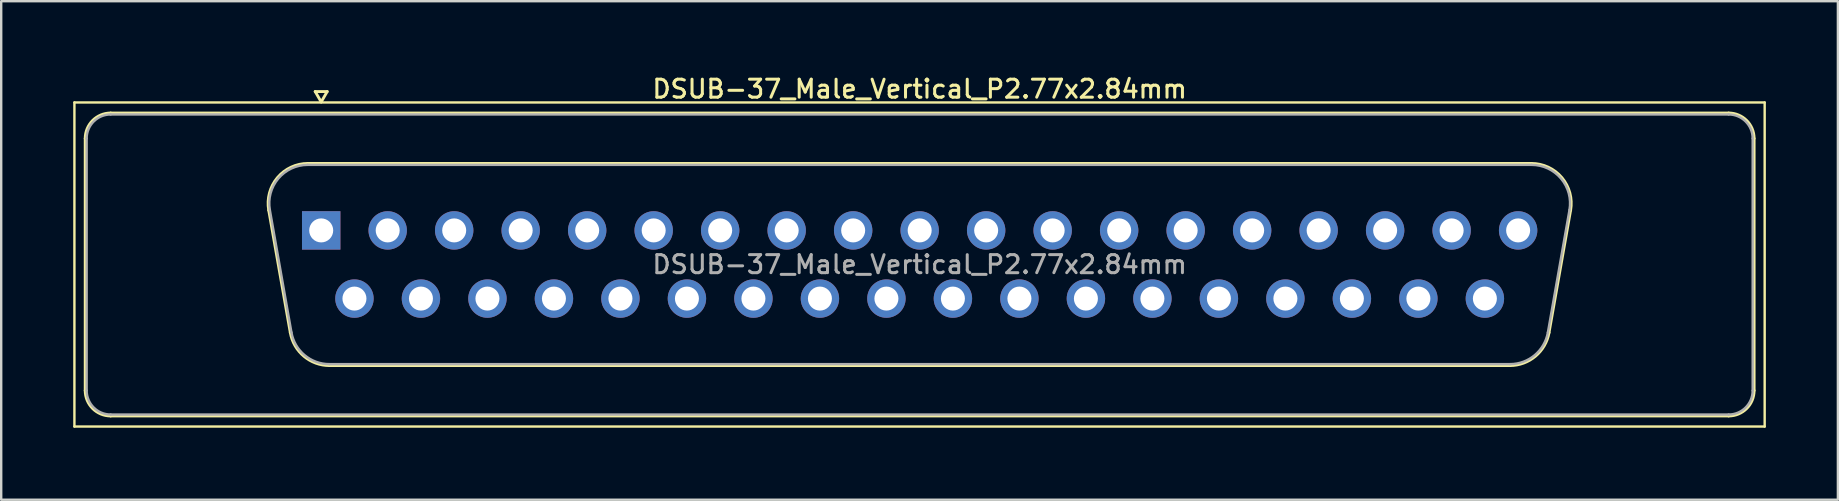
<source format=kicad_pcb>
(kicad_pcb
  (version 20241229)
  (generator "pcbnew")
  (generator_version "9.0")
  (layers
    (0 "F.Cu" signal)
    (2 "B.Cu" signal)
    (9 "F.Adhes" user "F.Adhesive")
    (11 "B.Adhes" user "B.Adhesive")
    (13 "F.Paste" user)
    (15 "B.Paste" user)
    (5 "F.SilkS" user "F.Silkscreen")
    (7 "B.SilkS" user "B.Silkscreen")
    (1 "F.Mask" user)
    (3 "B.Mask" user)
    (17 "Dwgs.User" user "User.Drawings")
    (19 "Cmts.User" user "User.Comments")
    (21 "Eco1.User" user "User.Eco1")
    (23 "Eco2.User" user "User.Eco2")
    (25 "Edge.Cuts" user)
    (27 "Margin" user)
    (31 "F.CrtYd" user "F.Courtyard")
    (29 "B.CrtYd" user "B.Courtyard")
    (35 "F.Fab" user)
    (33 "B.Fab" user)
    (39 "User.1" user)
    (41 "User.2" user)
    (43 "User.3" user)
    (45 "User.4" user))
  (footprint "DSUB-37_Male_Vertical_P2.77x2.84mm"
    (layer "F.Cu")
    (at 10.33 6.548)
    (property "Reference" "DSUB-37_Male_Vertical_P2.77x2.84mm" (at 24.93 -5.89 0) (layer "F.SilkS") (effects (font (size 0.75 0.75) (thickness 0.125))))
    (attr through_hole)
    (fp_line (start -10.28 -5.33) (end -10.28 8.17) (stroke (width 0.1) (type solid)) (layer "F.SilkS"))
    (fp_line (start -10.28 8.17) (end 60.13 8.17) (stroke (width 0.1) (type solid)) (layer "F.SilkS"))
    (fp_line (start -9.83 6.67) (end -9.83 -3.83) (stroke (width 0.12) (type solid)) (layer "F.SilkS"))
    (fp_line (start -8.77 -4.89) (end 58.63 -4.89) (stroke (width 0.12) (type solid)) (layer "F.SilkS"))
    (fp_line (start -2.186 -0.842) (end -1.287 4.258) (stroke (width 0.12) (type solid)) (layer "F.SilkS"))
    (fp_line (start -0.552 -2.79) (end 50.412 -2.79) (stroke (width 0.12) (type solid)) (layer "F.SilkS"))
    (fp_line (start -0.25 -5.784) (end 0.25 -5.784) (stroke (width 0.12) (type solid)) (layer "F.SilkS"))
    (fp_line (start 0 -5.351) (end -0.25 -5.784) (stroke (width 0.12) (type solid)) (layer "F.SilkS"))
    (fp_line (start 0.25 -5.784) (end 0 -5.351) (stroke (width 0.12) (type solid)) (layer "F.SilkS"))
    (fp_line (start 0.348 5.63) (end 49.512 5.63) (stroke (width 0.12) (type solid)) (layer "F.SilkS"))
    (fp_line (start 52.046 -0.842) (end 51.147 4.258) (stroke (width 0.12) (type solid)) (layer "F.SilkS"))
    (fp_line (start 58.63 7.73) (end -8.77 7.73) (stroke (width 0.12) (type solid)) (layer "F.SilkS"))
    (fp_line (start 59.69 -3.83) (end 59.69 6.67) (stroke (width 0.12) (type solid)) (layer "F.SilkS"))
    (fp_line (start 60.13 -5.33) (end -10.28 -5.33) (stroke (width 0.1) (type solid)) (layer "F.SilkS"))
    (fp_line (start 60.13 8.17) (end 60.13 -5.33) (stroke (width 0.1) (type solid)) (layer "F.SilkS"))
    (fp_arc (start -9.83 -3.83) (mid -9.519533 -4.579533) (end -8.77 -4.89) (stroke (width 0.12) (type solid)) (layer "F.SilkS"))
    (fp_arc (start -8.77 7.73) (mid -9.519533 7.419533) (end -9.83 6.67) (stroke (width 0.12) (type solid)) (layer "F.SilkS"))
    (fp_arc (start -2.18647 -0.841744) (mid -1.823323 -2.197027) (end -0.551689 -2.79) (stroke (width 0.12) (type solid)) (layer "F.SilkS"))
    (fp_arc (start 0.347579 5.63) (mid -0.719449 5.241634) (end -1.287202 4.258256) (stroke (width 0.12) (type solid)) (layer "F.SilkS"))
    (fp_arc (start 50.411689 -2.79) (mid 51.683323 -2.197027) (end 52.04647 -0.841744) (stroke (width 0.12) (type solid)) (layer "F.SilkS"))
    (fp_arc (start 51.147202 4.258256) (mid 50.579449 5.241634) (end 49.512421 5.63) (stroke (width 0.12) (type solid)) (layer "F.SilkS"))
    (fp_arc (start 58.63 -4.89) (mid 59.379533 -4.579533) (end 59.69 -3.83) (stroke (width 0.12) (type solid)) (layer "F.SilkS"))
    (fp_arc (start 59.69 6.67) (mid 59.379533 7.419533) (end 58.63 7.73) (stroke (width 0.12) (type solid)) (layer "F.SilkS"))
    (fp_line (start -9.77 6.67) (end -9.77 -3.83) (stroke (width 0.1) (type solid)) (layer "F.Fab"))
    (fp_line (start -8.77 -4.83) (end 58.63 -4.83) (stroke (width 0.1) (type solid)) (layer "F.Fab"))
    (fp_line (start -2.139 -0.852) (end -1.24 4.248) (stroke (width 0.1) (type solid)) (layer "F.Fab"))
    (fp_line (start -0.563 -2.73) (end 50.423 -2.73) (stroke (width 0.1) (type solid)) (layer "F.Fab"))
    (fp_line (start 0.336 5.57) (end 49.524 5.57) (stroke (width 0.1) (type solid)) (layer "F.Fab"))
    (fp_line (start 51.999 -0.852) (end 51.1 4.248) (stroke (width 0.1) (type solid)) (layer "F.Fab"))
    (fp_line (start 58.63 7.67) (end -8.77 7.67) (stroke (width 0.1) (type solid)) (layer "F.Fab"))
    (fp_line (start 59.63 -3.83) (end 59.63 6.67) (stroke (width 0.1) (type solid)) (layer "F.Fab"))
    (fp_arc (start -9.77 -3.83) (mid -9.477107 -4.537107) (end -8.77 -4.83) (stroke (width 0.1) (type solid)) (layer "F.Fab"))
    (fp_arc (start -8.77 7.67) (mid -9.477107 7.377107) (end -9.77 6.67) (stroke (width 0.1) (type solid)) (layer "F.Fab"))
    (fp_arc (start -2.138887 -0.852163) (mid -1.788865 -2.15846) (end -0.563194 -2.73) (stroke (width 0.1) (type solid)) (layer "F.Fab"))
    (fp_arc (start 0.336073 5.57) (mid -0.692387 5.195671) (end -1.239619 4.247837) (stroke (width 0.1) (type solid)) (layer "F.Fab"))
    (fp_arc (start 50.423194 -2.73) (mid 51.648865 -2.15846) (end 51.998887 -0.852163) (stroke (width 0.1) (type solid)) (layer "F.Fab"))
    (fp_arc (start 51.099619 4.247837) (mid 50.552387 5.195671) (end 49.523927 5.57) (stroke (width 0.1) (type solid)) (layer "F.Fab"))
    (fp_arc (start 58.63 -4.83) (mid 59.337107 -4.537107) (end 59.63 -3.83) (stroke (width 0.1) (type solid)) (layer "F.Fab"))
    (fp_arc (start 59.63 6.67) (mid 59.337107 7.377107) (end 58.63 7.67) (stroke (width 0.1) (type solid)) (layer "F.Fab"))
    (fp_text user "${REFERENCE}" (at 24.93 1.42 0) (layer "F.Fab") (effects (font (size 0.75 0.75) (thickness 0.125))))
    (pad "1" thru_hole rect (at 0 0) (size 1.6 1.6) (drill 1) (layers "*.Cu" "*.Mask"))
    (pad "2" thru_hole circle (at 2.77 0) (size 1.6 1.6) (drill 1) (layers "*.Cu" "*.Mask"))
    (pad "3" thru_hole circle (at 5.54 0) (size 1.6 1.6) (drill 1) (layers "*.Cu" "*.Mask"))
    (pad "4" thru_hole circle (at 8.31 0) (size 1.6 1.6) (drill 1) (layers "*.Cu" "*.Mask"))
    (pad "5" thru_hole circle (at 11.08 0) (size 1.6 1.6) (drill 1) (layers "*.Cu" "*.Mask"))
    (pad "6" thru_hole circle (at 13.85 0) (size 1.6 1.6) (drill 1) (layers "*.Cu" "*.Mask"))
    (pad "7" thru_hole circle (at 16.62 0) (size 1.6 1.6) (drill 1) (layers "*.Cu" "*.Mask"))
    (pad "8" thru_hole circle (at 19.39 0) (size 1.6 1.6) (drill 1) (layers "*.Cu" "*.Mask"))
    (pad "9" thru_hole circle (at 22.16 0) (size 1.6 1.6) (drill 1) (layers "*.Cu" "*.Mask"))
    (pad "10" thru_hole circle (at 24.93 0) (size 1.6 1.6) (drill 1) (layers "*.Cu" "*.Mask"))
    (pad "11" thru_hole circle (at 27.7 0) (size 1.6 1.6) (drill 1) (layers "*.Cu" "*.Mask"))
    (pad "12" thru_hole circle (at 30.47 0) (size 1.6 1.6) (drill 1) (layers "*.Cu" "*.Mask"))
    (pad "13" thru_hole circle (at 33.24 0) (size 1.6 1.6) (drill 1) (layers "*.Cu" "*.Mask"))
    (pad "14" thru_hole circle (at 36.01 0) (size 1.6 1.6) (drill 1) (layers "*.Cu" "*.Mask"))
    (pad "15" thru_hole circle (at 38.78 0) (size 1.6 1.6) (drill 1) (layers "*.Cu" "*.Mask"))
    (pad "16" thru_hole circle (at 41.55 0) (size 1.6 1.6) (drill 1) (layers "*.Cu" "*.Mask"))
    (pad "17" thru_hole circle (at 44.32 0) (size 1.6 1.6) (drill 1) (layers "*.Cu" "*.Mask"))
    (pad "18" thru_hole circle (at 47.09 0) (size 1.6 1.6) (drill 1) (layers "*.Cu" "*.Mask"))
    (pad "19" thru_hole circle (at 49.86 0) (size 1.6 1.6) (drill 1) (layers "*.Cu" "*.Mask"))
    (pad "20" thru_hole circle (at 1.385 2.84) (size 1.6 1.6) (drill 1) (layers "*.Cu" "*.Mask"))
    (pad "21" thru_hole circle (at 4.155 2.84) (size 1.6 1.6) (drill 1) (layers "*.Cu" "*.Mask"))
    (pad "22" thru_hole circle (at 6.925 2.84) (size 1.6 1.6) (drill 1) (layers "*.Cu" "*.Mask"))
    (pad "23" thru_hole circle (at 9.695 2.84) (size 1.6 1.6) (drill 1) (layers "*.Cu" "*.Mask"))
    (pad "24" thru_hole circle (at 12.465 2.84) (size 1.6 1.6) (drill 1) (layers "*.Cu" "*.Mask"))
    (pad "25" thru_hole circle (at 15.235 2.84) (size 1.6 1.6) (drill 1) (layers "*.Cu" "*.Mask"))
    (pad "26" thru_hole circle (at 18.005 2.84) (size 1.6 1.6) (drill 1) (layers "*.Cu" "*.Mask"))
    (pad "27" thru_hole circle (at 20.775 2.84) (size 1.6 1.6) (drill 1) (layers "*.Cu" "*.Mask"))
    (pad "28" thru_hole circle (at 23.545 2.84) (size 1.6 1.6) (drill 1) (layers "*.Cu" "*.Mask"))
    (pad "29" thru_hole circle (at 26.315 2.84) (size 1.6 1.6) (drill 1) (layers "*.Cu" "*.Mask"))
    (pad "30" thru_hole circle (at 29.085 2.84) (size 1.6 1.6) (drill 1) (layers "*.Cu" "*.Mask"))
    (pad "31" thru_hole circle (at 31.855 2.84) (size 1.6 1.6) (drill 1) (layers "*.Cu" "*.Mask"))
    (pad "32" thru_hole circle (at 34.625 2.84) (size 1.6 1.6) (drill 1) (layers "*.Cu" "*.Mask"))
    (pad "33" thru_hole circle (at 37.395 2.84) (size 1.6 1.6) (drill 1) (layers "*.Cu" "*.Mask"))
    (pad "34" thru_hole circle (at 40.165 2.84) (size 1.6 1.6) (drill 1) (layers "*.Cu" "*.Mask"))
    (pad "35" thru_hole circle (at 42.935 2.84) (size 1.6 1.6) (drill 1) (layers "*.Cu" "*.Mask"))
    (pad "36" thru_hole circle (at 45.705 2.84) (size 1.6 1.6) (drill 1) (layers "*.Cu" "*.Mask"))
    (pad "37" thru_hole circle (at 48.475 2.84) (size 1.6 1.6) (drill 1) (layers "*.Cu" "*.Mask")))
  (gr_rect
    (start -3 -3)
    (end 73.51 17.768)
    (stroke (width 0.1) (type default))
    (fill no)
    (layer "Edge.Cuts")))
</source>
